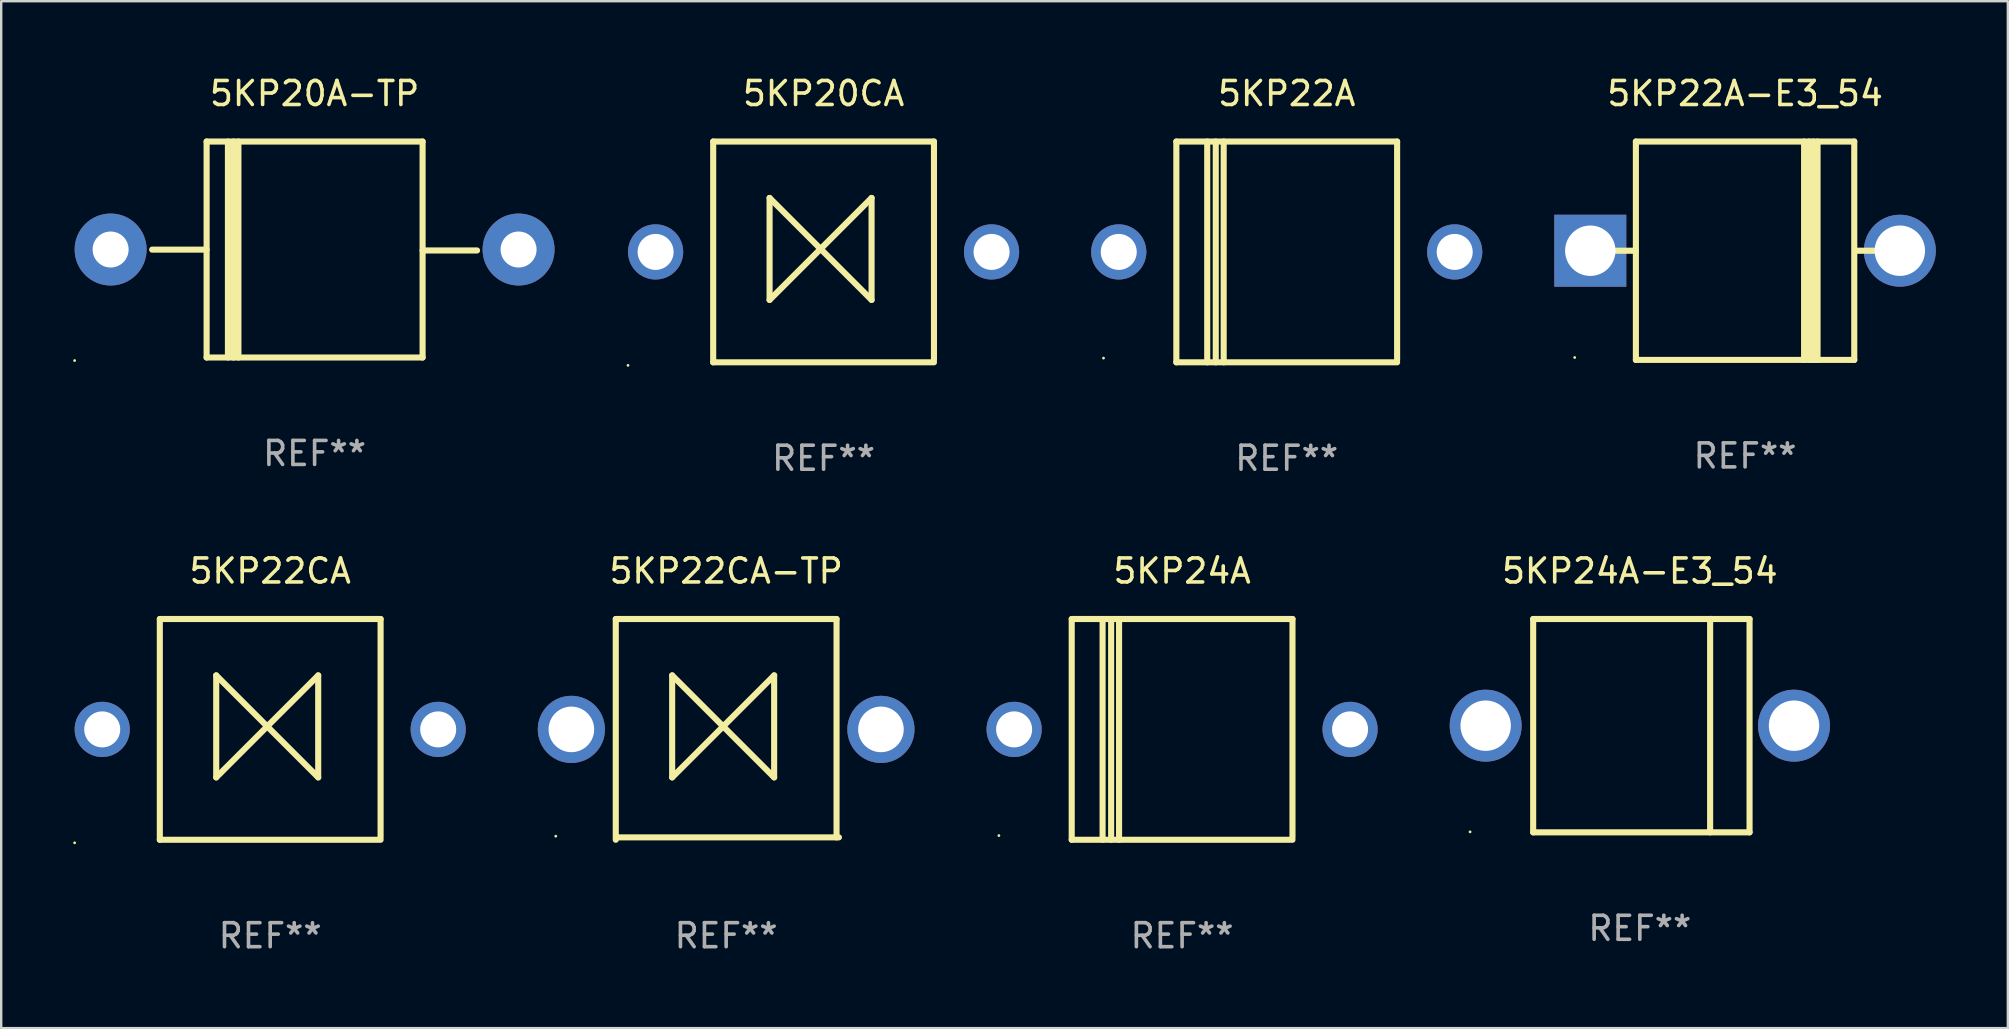
<source format=kicad_pcb>
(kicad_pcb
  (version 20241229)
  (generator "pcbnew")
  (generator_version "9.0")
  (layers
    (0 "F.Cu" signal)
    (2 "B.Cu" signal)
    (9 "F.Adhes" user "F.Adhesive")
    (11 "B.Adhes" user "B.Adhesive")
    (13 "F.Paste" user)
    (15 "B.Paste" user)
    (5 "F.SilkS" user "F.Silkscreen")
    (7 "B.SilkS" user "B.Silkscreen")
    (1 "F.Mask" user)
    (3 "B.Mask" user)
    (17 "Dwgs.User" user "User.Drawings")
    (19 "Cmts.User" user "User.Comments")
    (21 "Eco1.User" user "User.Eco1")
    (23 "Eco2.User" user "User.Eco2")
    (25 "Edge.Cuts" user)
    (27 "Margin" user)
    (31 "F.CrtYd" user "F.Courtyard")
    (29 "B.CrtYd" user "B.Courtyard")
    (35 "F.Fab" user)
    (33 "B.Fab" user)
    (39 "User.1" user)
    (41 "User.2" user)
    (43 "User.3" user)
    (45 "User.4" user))
  (footprint "5KP24A-E3_54"
    (layer "F.Cu")
    (at 65.285 27.19)
    (property "Reference" "5KP24A-E3_54" (at 0 -6.445 0) (layer "F.SilkS") (effects (font (size 1 1) (thickness 0.15))))
    (attr through_hole)
    (fp_line (start -4.445 -4.445) (end -4.445 4.445) (stroke (width 0.254) (type solid)) (layer "F.SilkS"))
    (fp_line (start -4.445 4.445) (end 4.572 4.445) (stroke (width 0.254) (type solid)) (layer "F.SilkS"))
    (fp_line (start 2.929 -4.445) (end 2.929 4.445) (stroke (width 0.254) (type solid)) (layer "F.SilkS"))
    (fp_line (start 3.029 -4.445) (end 2.929 -4.445) (stroke (width 0.254) (type solid)) (layer "F.SilkS"))
    (fp_line (start 4.572 -4.445) (end -4.445 -4.445) (stroke (width 0.254) (type solid)) (layer "F.SilkS"))
    (fp_line (start 4.572 4.445) (end 4.572 -4.445) (stroke (width 0.254) (type solid)) (layer "F.SilkS"))
    (fp_circle (center -7.075 4.425) (end -7.045 4.425) (stroke (width 0.06) (type solid)) (fill no) (layer "F.SilkS"))
    (fp_text user "REF**" (at 0 8.445 0) (layer "F.Fab") (effects (font (size 1 1) (thickness 0.15))))
    (pad "1" thru_hole circle (at -6.425 0) (size 3 3) (drill 2.1) (layers "*.Cu" "*.Mask"))
    (pad "2" thru_hole circle (at 6.425 0) (size 3 3) (drill 2.1) (layers "*.Cu" "*.Mask")))
  (footprint "5KP22CA-TP"
    (layer "F.Cu")
    (at 27.21 27.345)
    (property "Reference" "5KP22CA-TP" (at 0 -6.6 0) (layer "F.SilkS") (effects (font (size 1 1) (thickness 0.15))))
    (attr through_hole)
    (fp_line (start -4.6 -4.6) (end -4.6 4.6) (stroke (width 0.254) (type solid)) (layer "F.SilkS"))
    (fp_line (start -4.6 -4.6) (end 4.6 -4.6) (stroke (width 0.254) (type solid)) (layer "F.SilkS"))
    (fp_line (start -4.5 4.5) (end 4.7 4.5) (stroke (width 0.254) (type solid)) (layer "F.SilkS"))
    (fp_line (start -2.25 -2.25) (end -2.25 2) (stroke (width 0.254) (type solid)) (layer "F.SilkS"))
    (fp_line (start -2.25 2) (end 2 -2.25) (stroke (width 0.254) (type solid)) (layer "F.SilkS"))
    (fp_line (start 2 -2.25) (end 2 2) (stroke (width 0.254) (type solid)) (layer "F.SilkS"))
    (fp_line (start 2 2) (end -2.25 -2.25) (stroke (width 0.254) (type solid)) (layer "F.SilkS"))
    (fp_line (start 4.6 -4.6) (end 4.6 4.5) (stroke (width 0.254) (type solid)) (layer "F.SilkS"))
    (fp_circle (center -7.1 4.45) (end -7.07 4.45) (stroke (width 0.06) (type solid)) (fill no) (layer "F.SilkS"))
    (fp_text user "REF**" (at 0 8.6 0) (layer "F.Fab") (effects (font (size 1 1) (thickness 0.15))))
    (pad "1" thru_hole circle (at -6.45 0) (size 2.8 2.8) (drill 1.9) (layers "*.Cu" "*.Mask"))
    (pad "2" thru_hole circle (at 6.45 0) (size 2.8 2.8) (drill 1.9) (layers "*.Cu" "*.Mask")))
  (footprint "5KP24A"
    (layer "F.Cu")
    (at 46.21 27.345)
    (property "Reference" "5KP24A" (at 0 -6.6 0) (layer "F.SilkS") (effects (font (size 1 1) (thickness 0.15))))
    (attr through_hole)
    (fp_line (start -4.6 -4.6) (end -4.6 4.6) (stroke (width 0.254) (type solid)) (layer "F.SilkS"))
    (fp_line (start -4.6 -4.6) (end 4.6 -4.6) (stroke (width 0.254) (type solid)) (layer "F.SilkS"))
    (fp_line (start -4.6 4.6) (end 4.6 4.6) (stroke (width 0.254) (type solid)) (layer "F.SilkS"))
    (fp_line (start -3.313 -4.6) (end -3.313 4.6) (stroke (width 0.254) (type solid)) (layer "F.SilkS"))
    (fp_line (start -2.957 -4.6) (end -2.957 4.6) (stroke (width 0.254) (type solid)) (layer "F.SilkS"))
    (fp_line (start -2.627 -4.6) (end -2.627 4.6) (stroke (width 0.254) (type solid)) (layer "F.SilkS"))
    (fp_line (start 4.6 -4.6) (end 4.6 4.5) (stroke (width 0.254) (type solid)) (layer "F.SilkS"))
    (fp_circle (center -7.635 4.425) (end -7.605 4.425) (stroke (width 0.06) (type solid)) (fill no) (layer "F.SilkS"))
    (fp_text user "REF**" (at 0 8.6 0) (layer "F.Fab") (effects (font (size 1 1) (thickness 0.15))))
    (pad "1" thru_hole circle (at -7 0) (size 2.3 2.3) (drill 1.5) (layers "*.Cu" "*.Mask"))
    (pad "2" thru_hole circle (at 7 0) (size 2.3 2.3) (drill 1.5) (layers "*.Cu" "*.Mask")))
  (footprint "5KP22CA"
    (layer "F.Cu")
    (at 8.21 27.345)
    (property "Reference" "5KP22CA" (at 0 -6.6 0) (layer "F.SilkS") (effects (font (size 1 1) (thickness 0.15))))
    (attr through_hole)
    (fp_line (start -4.6 -4.6) (end -4.6 4.6) (stroke (width 0.254) (type solid)) (layer "F.SilkS"))
    (fp_line (start -4.6 -4.6) (end 4.6 -4.6) (stroke (width 0.254) (type solid)) (layer "F.SilkS"))
    (fp_line (start -4.6 4.6) (end 4.6 4.6) (stroke (width 0.254) (type solid)) (layer "F.SilkS"))
    (fp_line (start -2.25 -2.25) (end -2.25 2) (stroke (width 0.254) (type solid)) (layer "F.SilkS"))
    (fp_line (start -2.25 2) (end 2 -2.25) (stroke (width 0.254) (type solid)) (layer "F.SilkS"))
    (fp_line (start 2 -2.25) (end 2 2) (stroke (width 0.254) (type solid)) (layer "F.SilkS"))
    (fp_line (start 2 2) (end -2.25 -2.25) (stroke (width 0.254) (type solid)) (layer "F.SilkS"))
    (fp_line (start 4.6 -4.6) (end 4.6 4.5) (stroke (width 0.254) (type solid)) (layer "F.SilkS"))
    (fp_circle (center -8.15 4.727) (end -8.12 4.727) (stroke (width 0.06) (type solid)) (fill no) (layer "F.SilkS"))
    (fp_text user "REF**" (at 0 8.6 0) (layer "F.Fab") (effects (font (size 1 1) (thickness 0.15))))
    (pad "1" thru_hole circle (at -7 0) (size 2.3 2.3) (drill 1.5) (layers "*.Cu" "*.Mask"))
    (pad "2" thru_hole circle (at 7 0) (size 2.3 2.3) (drill 1.5) (layers "*.Cu" "*.Mask")))
  (footprint "5KP20A-TP"
    (layer "F.Cu")
    (at 10.06 7.348)
    (property "Reference" "5KP20A-TP" (at 0 -6.5 0) (layer "F.SilkS") (effects (font (size 1 1) (thickness 0.15))))
    (attr through_hole)
    (fp_line (start -4.5 -4.5) (end -4.5 4.5) (stroke (width 0.254) (type solid)) (layer "F.SilkS"))
    (fp_line (start -4.5 0.005) (end -6.769 0.005) (stroke (width 0.254) (type solid)) (layer "F.SilkS"))
    (fp_line (start -3.612 -4.5) (end -3.612 4.5) (stroke (width 0.254) (type solid)) (layer "F.SilkS"))
    (fp_line (start -3.375 -4.5) (end -3.375 4.5) (stroke (width 0.254) (type solid)) (layer "F.SilkS"))
    (fp_line (start -3.175 -4.5) (end -3.175 4.5) (stroke (width 0.254) (type solid)) (layer "F.SilkS"))
    (fp_line (start 4.5 -4.5) (end -4.5 -4.5) (stroke (width 0.254) (type solid)) (layer "F.SilkS"))
    (fp_line (start 4.5 -4.5) (end 4.5 4.5) (stroke (width 0.254) (type solid)) (layer "F.SilkS"))
    (fp_line (start 4.5 0.039) (end 6.769 0.039) (stroke (width 0.254) (type solid)) (layer "F.SilkS"))
    (fp_line (start 4.5 4.5) (end -4.5 4.5) (stroke (width 0.254) (type solid)) (layer "F.SilkS"))
    (fp_circle (center -10 4.627) (end -9.97 4.627) (stroke (width 0.06) (type solid)) (fill no) (layer "F.SilkS"))
    (fp_text user "REF**" (at 0 8.5 0) (layer "F.Fab") (effects (font (size 1 1) (thickness 0.15))))
    (pad "1" thru_hole circle (at -8.5 0.000013) (size 3 3) (drill 1.5) (layers "*.Cu" "*.Mask"))
    (pad "2" thru_hole circle (at 8.5 0.000013) (size 3 3) (drill 1.5) (layers "*.Cu" "*.Mask")))
  (footprint "5KP22A-E3_54"
    (layer "F.Cu")
    (at 69.67 7.399)
    (property "Reference" "5KP22A-E3_54" (at 0 -6.551 0) (layer "F.SilkS") (effects (font (size 1 1) (thickness 0.15))))
    (attr through_hole)
    (fp_line (start -5.6 -0.001) (end -4.55 -0.001) (stroke (width 0.254) (type solid)) (layer "F.SilkS"))
    (fp_line (start -4.55 -4.551) (end -4.55 4.55) (stroke (width 0.254) (type solid)) (layer "F.SilkS"))
    (fp_line (start -4.55 -4.551) (end 4.55 -4.551) (stroke (width 0.254) (type solid)) (layer "F.SilkS"))
    (fp_line (start 2.46 4.55) (end 2.46 -4.551) (stroke (width 0.254) (type solid)) (layer "F.SilkS"))
    (fp_line (start 2.67 4.55) (end 2.67 -4.551) (stroke (width 0.254) (type solid)) (layer "F.SilkS"))
    (fp_line (start 2.841 4.551) (end 2.841 -4.55) (stroke (width 0.254) (type solid)) (layer "F.SilkS"))
    (fp_line (start 3.02 4.55) (end 3.02 -4.551) (stroke (width 0.254) (type solid)) (layer "F.SilkS"))
    (fp_line (start 4.55 4.55) (end 4.55 -4.551) (stroke (width 0.254) (type solid)) (layer "F.SilkS"))
    (fp_line (start 4.55 4.549) (end -4.55 4.549) (stroke (width 0.254) (type solid)) (layer "F.SilkS"))
    (fp_line (start 4.58 -0.001) (end 5.6 -0.001) (stroke (width 0.254) (type solid)) (layer "F.SilkS"))
    (fp_circle (center -7.1 4.449) (end -7.07 4.449) (stroke (width 0.06) (type solid)) (fill no) (layer "F.SilkS"))
    (fp_text user "REF**" (at 0 8.551 0) (layer "F.Fab") (effects (font (size 1 1) (thickness 0.15))))
    (pad "1" thru_hole rect (at -6.45 -0.001 180) (size 3 3) (drill 2.1) (layers "*.Cu" "*.Mask"))
    (pad "2" thru_hole circle (at 6.45 -0.001) (size 3 3) (drill 2.1) (layers "*.Cu" "*.Mask")))
  (footprint "5KP20CA"
    (layer "F.Cu")
    (at 31.27 7.448)
    (property "Reference" "5KP20CA" (at 0 -6.6 0) (layer "F.SilkS") (effects (font (size 1 1) (thickness 0.15))))
    (attr through_hole)
    (fp_line (start -4.6 -4.6) (end -4.6 4.6) (stroke (width 0.254) (type solid)) (layer "F.SilkS"))
    (fp_line (start -4.6 -4.6) (end 4.6 -4.6) (stroke (width 0.254) (type solid)) (layer "F.SilkS"))
    (fp_line (start -4.6 4.6) (end 4.6 4.6) (stroke (width 0.254) (type solid)) (layer "F.SilkS"))
    (fp_line (start -2.25 -2.25) (end -2.25 2) (stroke (width 0.254) (type solid)) (layer "F.SilkS"))
    (fp_line (start -2.25 2) (end 2 -2.25) (stroke (width 0.254) (type solid)) (layer "F.SilkS"))
    (fp_line (start 2 -2.25) (end 2 2) (stroke (width 0.254) (type solid)) (layer "F.SilkS"))
    (fp_line (start 2 2) (end -2.25 -2.25) (stroke (width 0.254) (type solid)) (layer "F.SilkS"))
    (fp_line (start 4.6 -4.6) (end 4.6 4.5) (stroke (width 0.254) (type solid)) (layer "F.SilkS"))
    (fp_circle (center -8.15 4.727) (end -8.12 4.727) (stroke (width 0.06) (type solid)) (fill no) (layer "F.SilkS"))
    (fp_text user "REF**" (at 0 8.6 0) (layer "F.Fab") (effects (font (size 1 1) (thickness 0.15))))
    (pad "1" thru_hole circle (at -7 0) (size 2.3 2.3) (drill 1.5) (layers "*.Cu" "*.Mask"))
    (pad "2" thru_hole circle (at 7 0) (size 2.3 2.3) (drill 1.5) (layers "*.Cu" "*.Mask")))
  (footprint "5KP22A"
    (layer "F.Cu")
    (at 50.57 7.448)
    (property "Reference" "5KP22A" (at 0 -6.6 0) (layer "F.SilkS") (effects (font (size 1 1) (thickness 0.15))))
    (attr through_hole)
    (fp_line (start -4.6 -4.6) (end -4.6 4.6) (stroke (width 0.254) (type solid)) (layer "F.SilkS"))
    (fp_line (start -4.6 -4.6) (end 4.6 -4.6) (stroke (width 0.254) (type solid)) (layer "F.SilkS"))
    (fp_line (start -4.6 4.6) (end 4.6 4.6) (stroke (width 0.254) (type solid)) (layer "F.SilkS"))
    (fp_line (start -3.313 -4.6) (end -3.313 4.6) (stroke (width 0.254) (type solid)) (layer "F.SilkS"))
    (fp_line (start -2.957 -4.6) (end -2.957 4.6) (stroke (width 0.254) (type solid)) (layer "F.SilkS"))
    (fp_line (start -2.627 -4.6) (end -2.627 4.6) (stroke (width 0.254) (type solid)) (layer "F.SilkS"))
    (fp_line (start 4.6 -4.6) (end 4.6 4.5) (stroke (width 0.254) (type solid)) (layer "F.SilkS"))
    (fp_circle (center -7.635 4.425) (end -7.605 4.425) (stroke (width 0.06) (type solid)) (fill no) (layer "F.SilkS"))
    (fp_text user "REF**" (at 0 8.6 0) (layer "F.Fab") (effects (font (size 1 1) (thickness 0.15))))
    (pad "1" thru_hole circle (at -7 0) (size 2.3 2.3) (drill 1.5) (layers "*.Cu" "*.Mask"))
    (pad "2" thru_hole circle (at 7 0) (size 2.3 2.3) (drill 1.5) (layers "*.Cu" "*.Mask")))
  (gr_rect
    (start -3 -3)
    (end 80.62 39.793)
    (stroke (width 0.1) (type default))
    (fill no)
    (layer "Edge.Cuts")))
</source>
